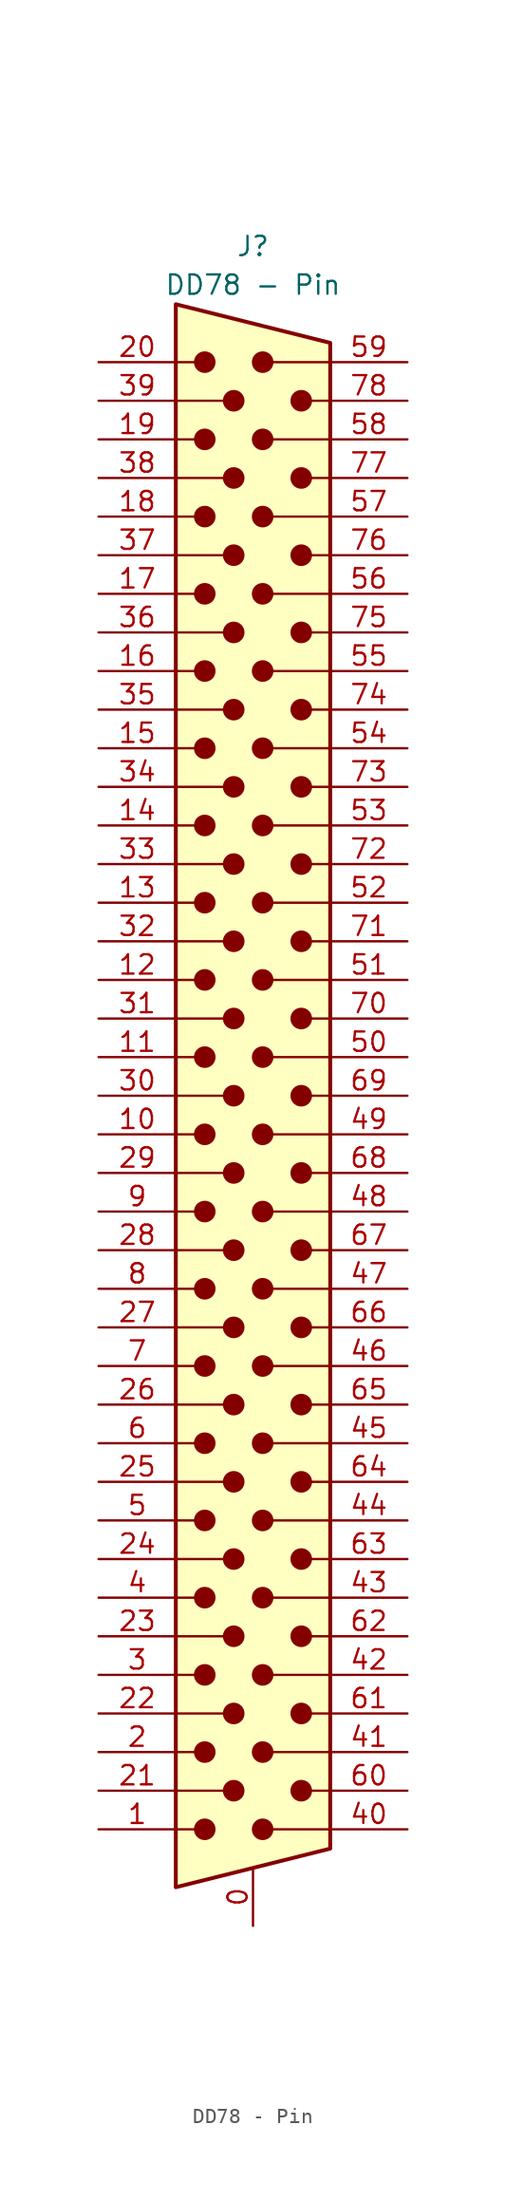
<source format=kicad_sym>
(kicad_symbol_lib
  (version 20211014)
  (generator kicad_symbol_editor)
  (symbol "DD78 - Pin"
    (pin_names
      (offset 1.016) hide)
    (property "Reference" "J"
      (at 0 55.88 0)
      (effects (font (size 1.27 1.27))))
    (property "Value" "DD78 - Pin"
      (at 0 53.34 0)
      (effects (font (size 1.27 1.27))))
    (symbol "DD78 - Pin_0_1"
      (circle (center -3.175 -48.26) (radius 0.635) (stroke (width 0) (type default) (color 0 0 0 0)) (fill (type outline)))
      (circle (center -3.175 -43.18) (radius 0.635) (stroke (width 0) (type default) (color 0 0 0 0)) (fill (type outline)))
      (circle (center -3.175 -38.1) (radius 0.635) (stroke (width 0) (type default) (color 0 0 0 0)) (fill (type outline)))
      (circle (center -3.175 -33.02) (radius 0.635) (stroke (width 0) (type default) (color 0 0 0 0)) (fill (type outline)))
      (circle (center -3.175 -27.94) (radius 0.635) (stroke (width 0) (type default) (color 0 0 0 0)) (fill (type outline)))
      (circle (center -3.175 -22.86) (radius 0.635) (stroke (width 0) (type default) (color 0 0 0 0)) (fill (type outline)))
      (circle (center -3.175 -17.78) (radius 0.635) (stroke (width 0) (type default) (color 0 0 0 0)) (fill (type outline)))
      (circle (center -3.175 -12.7) (radius 0.635) (stroke (width 0) (type default) (color 0 0 0 0)) (fill (type outline)))
      (circle (center -3.175 -7.62) (radius 0.635) (stroke (width 0) (type default) (color 0 0 0 0)) (fill (type outline)))
      (circle (center -3.175 -2.54) (radius 0.635) (stroke (width 0) (type default) (color 0 0 0 0)) (fill (type outline)))
      (circle (center -3.175 2.54) (radius 0.635) (stroke (width 0) (type default) (color 0 0 0 0)) (fill (type outline)))
      (circle (center -3.175 7.62) (radius 0.635) (stroke (width 0) (type default) (color 0 0 0 0)) (fill (type outline)))
      (circle (center -3.175 12.7) (radius 0.635) (stroke (width 0) (type default) (color 0 0 0 0)) (fill (type outline)))
      (circle (center -3.175 17.78) (radius 0.635) (stroke (width 0) (type default) (color 0 0 0 0)) (fill (type outline)))
      (circle (center -3.175 22.86) (radius 0.635) (stroke (width 0) (type default) (color 0 0 0 0)) (fill (type outline)))
      (circle (center -3.175 27.94) (radius 0.635) (stroke (width 0) (type default) (color 0 0 0 0)) (fill (type outline)))
      (circle (center -3.175 33.02) (radius 0.635) (stroke (width 0) (type default) (color 0 0 0 0)) (fill (type outline)))
      (circle (center -3.175 38.1) (radius 0.635) (stroke (width 0) (type default) (color 0 0 0 0)) (fill (type outline)))
      (circle (center -3.175 43.18) (radius 0.635) (stroke (width 0) (type default) (color 0 0 0 0)) (fill (type outline)))
      (circle (center -3.175 48.26) (radius 0.635) (stroke (width 0) (type default) (color 0 0 0 0)) (fill (type outline)))
      (circle (center -1.27 -45.72) (radius 0.635) (stroke (width 0) (type default) (color 0 0 0 0)) (fill (type outline)))
      (circle (center -1.27 -40.64) (radius 0.635) (stroke (width 0) (type default) (color 0 0 0 0)) (fill (type outline)))
      (circle (center -1.27 -35.56) (radius 0.635) (stroke (width 0) (type default) (color 0 0 0 0)) (fill (type outline)))
      (circle (center -1.27 -30.48) (radius 0.635) (stroke (width 0) (type default) (color 0 0 0 0)) (fill (type outline)))
      (circle (center -1.27 -25.4) (radius 0.635) (stroke (width 0) (type default) (color 0 0 0 0)) (fill (type outline)))
      (circle (center -1.27 -20.32) (radius 0.635) (stroke (width 0) (type default) (color 0 0 0 0)) (fill (type outline)))
      (circle (center -1.27 -15.24) (radius 0.635) (stroke (width 0) (type default) (color 0 0 0 0)) (fill (type outline)))
      (circle (center -1.27 -10.16) (radius 0.635) (stroke (width 0) (type default) (color 0 0 0 0)) (fill (type outline)))
      (circle (center -1.27 -5.08) (radius 0.635) (stroke (width 0) (type default) (color 0 0 0 0)) (fill (type outline)))
      (circle (center -1.27 0) (radius 0.635) (stroke (width 0) (type default) (color 0 0 0 0)) (fill (type outline)))
      (circle (center -1.27 5.08) (radius 0.635) (stroke (width 0) (type default) (color 0 0 0 0)) (fill (type outline)))
      (circle (center -1.27 10.16) (radius 0.635) (stroke (width 0) (type default) (color 0 0 0 0)) (fill (type outline)))
      (circle (center -1.27 15.24) (radius 0.635) (stroke (width 0) (type default) (color 0 0 0 0)) (fill (type outline)))
      (circle (center -1.27 20.32) (radius 0.635) (stroke (width 0) (type default) (color 0 0 0 0)) (fill (type outline)))
      (circle (center -1.27 25.4) (radius 0.635) (stroke (width 0) (type default) (color 0 0 0 0)) (fill (type outline)))
      (circle (center -1.27 30.48) (radius 0.635) (stroke (width 0) (type default) (color 0 0 0 0)) (fill (type outline)))
      (circle (center -1.27 35.56) (radius 0.635) (stroke (width 0) (type default) (color 0 0 0 0)) (fill (type outline)))
      (circle (center -1.27 40.64) (radius 0.635) (stroke (width 0) (type default) (color 0 0 0 0)) (fill (type outline)))
      (circle (center -1.27 45.72) (radius 0.635) (stroke (width 0) (type default) (color 0 0 0 0)) (fill (type outline)))
      (polyline (pts (xy -3.81 -48.26) (xy -5.08 -48.26)) (stroke (width 0) (type default) (color 0 0 0 0)) (fill (type none)))
      (polyline (pts (xy -3.81 -43.18) (xy -5.08 -43.18)) (stroke (width 0) (type default) (color 0 0 0 0)) (fill (type none)))
      (polyline (pts (xy -3.81 -38.1) (xy -5.08 -38.1)) (stroke (width 0) (type default) (color 0 0 0 0)) (fill (type none)))
      (polyline (pts (xy -3.81 -33.02) (xy -5.08 -33.02)) (stroke (width 0) (type default) (color 0 0 0 0)) (fill (type none)))
      (polyline (pts (xy -3.81 -27.94) (xy -5.08 -27.94)) (stroke (width 0) (type default) (color 0 0 0 0)) (fill (type none)))
      (polyline (pts (xy -3.81 -22.86) (xy -5.08 -22.86)) (stroke (width 0) (type default) (color 0 0 0 0)) (fill (type none)))
      (polyline (pts (xy -3.81 -17.78) (xy -5.08 -17.78)) (stroke (width 0) (type default) (color 0 0 0 0)) (fill (type none)))
      (polyline (pts (xy -3.81 -12.7) (xy -5.08 -12.7)) (stroke (width 0) (type default) (color 0 0 0 0)) (fill (type none)))
      (polyline (pts (xy -3.81 -7.62) (xy -5.08 -7.62)) (stroke (width 0) (type default) (color 0 0 0 0)) (fill (type none)))
      (polyline (pts (xy -3.81 -2.54) (xy -5.08 -2.54)) (stroke (width 0) (type default) (color 0 0 0 0)) (fill (type none)))
      (polyline (pts (xy -3.81 2.54) (xy -5.08 2.54)) (stroke (width 0) (type default) (color 0 0 0 0)) (fill (type none)))
      (polyline (pts (xy -3.81 7.62) (xy -5.08 7.62)) (stroke (width 0) (type default) (color 0 0 0 0)) (fill (type none)))
      (polyline (pts (xy -3.81 12.7) (xy -5.08 12.7)) (stroke (width 0) (type default) (color 0 0 0 0)) (fill (type none)))
      (polyline (pts (xy -3.81 17.78) (xy -5.08 17.78)) (stroke (width 0) (type default) (color 0 0 0 0)) (fill (type none)))
      (polyline (pts (xy -3.81 22.86) (xy -5.08 22.86)) (stroke (width 0) (type default) (color 0 0 0 0)) (fill (type none)))
      (polyline (pts (xy -3.81 27.94) (xy -5.08 27.94)) (stroke (width 0) (type default) (color 0 0 0 0)) (fill (type none)))
      (polyline (pts (xy -3.81 33.02) (xy -5.08 33.02)) (stroke (width 0) (type default) (color 0 0 0 0)) (fill (type none)))
      (polyline (pts (xy -3.81 38.1) (xy -5.08 38.1)) (stroke (width 0) (type default) (color 0 0 0 0)) (fill (type none)))
      (polyline (pts (xy -3.81 43.18) (xy -5.08 43.18)) (stroke (width 0) (type default) (color 0 0 0 0)) (fill (type none)))
      (polyline (pts (xy -3.81 48.26) (xy -5.08 48.26)) (stroke (width 0) (type default) (color 0 0 0 0)) (fill (type none)))
      (polyline (pts (xy -1.27 -45.72) (xy -5.08 -45.72)) (stroke (width 0) (type default) (color 0 0 0 0)) (fill (type none)))
      (polyline (pts (xy -1.27 -40.64) (xy -5.08 -40.64)) (stroke (width 0) (type default) (color 0 0 0 0)) (fill (type none)))
      (polyline (pts (xy -1.27 -35.56) (xy -5.08 -35.56)) (stroke (width 0) (type default) (color 0 0 0 0)) (fill (type none)))
      (polyline (pts (xy -1.27 -30.48) (xy -5.08 -30.48)) (stroke (width 0) (type default) (color 0 0 0 0)) (fill (type none)))
      (polyline (pts (xy -1.27 -25.4) (xy -5.08 -25.4)) (stroke (width 0) (type default) (color 0 0 0 0)) (fill (type none)))
      (polyline (pts (xy -1.27 -20.32) (xy -5.08 -20.32)) (stroke (width 0) (type default) (color 0 0 0 0)) (fill (type none)))
      (polyline (pts (xy -1.27 -15.24) (xy -5.08 -15.24)) (stroke (width 0) (type default) (color 0 0 0 0)) (fill (type none)))
      (polyline (pts (xy -1.27 -10.16) (xy -5.08 -10.16)) (stroke (width 0) (type default) (color 0 0 0 0)) (fill (type none)))
      (polyline (pts (xy -1.27 -5.08) (xy -5.08 -5.08)) (stroke (width 0) (type default) (color 0 0 0 0)) (fill (type none)))
      (polyline (pts (xy -1.27 0) (xy -5.08 0)) (stroke (width 0) (type default) (color 0 0 0 0)) (fill (type none)))
      (polyline (pts (xy -1.27 5.08) (xy -5.08 5.08)) (stroke (width 0) (type default) (color 0 0 0 0)) (fill (type none)))
      (polyline (pts (xy -1.27 10.16) (xy -5.08 10.16)) (stroke (width 0) (type default) (color 0 0 0 0)) (fill (type none)))
      (polyline (pts (xy -1.27 15.24) (xy -5.08 15.24)) (stroke (width 0) (type default) (color 0 0 0 0)) (fill (type none)))
      (polyline (pts (xy -1.27 20.32) (xy -5.08 20.32)) (stroke (width 0) (type default) (color 0 0 0 0)) (fill (type none)))
      (polyline (pts (xy -1.27 25.4) (xy -5.08 25.4)) (stroke (width 0) (type default) (color 0 0 0 0)) (fill (type none)))
      (polyline (pts (xy -1.27 30.48) (xy -5.08 30.48)) (stroke (width 0) (type default) (color 0 0 0 0)) (fill (type none)))
      (polyline (pts (xy -1.27 35.56) (xy -5.08 35.56)) (stroke (width 0) (type default) (color 0 0 0 0)) (fill (type none)))
      (polyline (pts (xy -1.27 40.64) (xy -5.08 40.64)) (stroke (width 0) (type default) (color 0 0 0 0)) (fill (type none)))
      (polyline (pts (xy -1.27 45.72) (xy -5.08 45.72)) (stroke (width 0) (type default) (color 0 0 0 0)) (fill (type none)))
      (polyline (pts (xy 5.08 -48.26) (xy 1.27 -48.26)) (stroke (width 0) (type default) (color 0 0 0 0)) (fill (type none)))
      (polyline (pts (xy 5.08 -45.72) (xy 3.81 -45.72)) (stroke (width 0) (type default) (color 0 0 0 0)) (fill (type none)))
      (polyline (pts (xy 5.08 -43.18) (xy 1.27 -43.18)) (stroke (width 0) (type default) (color 0 0 0 0)) (fill (type none)))
      (polyline (pts (xy 5.08 -40.64) (xy 3.81 -40.64)) (stroke (width 0) (type default) (color 0 0 0 0)) (fill (type none)))
      (polyline (pts (xy 5.08 -38.1) (xy 1.27 -38.1)) (stroke (width 0) (type default) (color 0 0 0 0)) (fill (type none)))
      (polyline (pts (xy 5.08 -35.56) (xy 3.81 -35.56)) (stroke (width 0) (type default) (color 0 0 0 0)) (fill (type none)))
      (polyline (pts (xy 5.08 -33.02) (xy 1.27 -33.02)) (stroke (width 0) (type default) (color 0 0 0 0)) (fill (type none)))
      (polyline (pts (xy 5.08 -30.48) (xy 3.81 -30.48)) (stroke (width 0) (type default) (color 0 0 0 0)) (fill (type none)))
      (polyline (pts (xy 5.08 -27.94) (xy 1.27 -27.94)) (stroke (width 0) (type default) (color 0 0 0 0)) (fill (type none)))
      (polyline (pts (xy 5.08 -25.4) (xy 3.81 -25.4)) (stroke (width 0) (type default) (color 0 0 0 0)) (fill (type none)))
      (polyline (pts (xy 5.08 -22.86) (xy 1.27 -22.86)) (stroke (width 0) (type default) (color 0 0 0 0)) (fill (type none)))
      (polyline (pts (xy 5.08 -20.32) (xy 3.81 -20.32)) (stroke (width 0) (type default) (color 0 0 0 0)) (fill (type none)))
      (polyline (pts (xy 5.08 -17.78) (xy 1.27 -17.78)) (stroke (width 0) (type default) (color 0 0 0 0)) (fill (type none)))
      (polyline (pts (xy 5.08 -15.24) (xy 3.81 -15.24)) (stroke (width 0) (type default) (color 0 0 0 0)) (fill (type none)))
      (polyline (pts (xy 5.08 -12.7) (xy 1.27 -12.7)) (stroke (width 0) (type default) (color 0 0 0 0)) (fill (type none)))
      (polyline (pts (xy 5.08 -10.16) (xy 3.81 -10.16)) (stroke (width 0) (type default) (color 0 0 0 0)) (fill (type none)))
      (polyline (pts (xy 5.08 -7.62) (xy 1.27 -7.62)) (stroke (width 0) (type default) (color 0 0 0 0)) (fill (type none)))
      (polyline (pts (xy 5.08 -5.08) (xy 3.81 -5.08)) (stroke (width 0) (type default) (color 0 0 0 0)) (fill (type none)))
      (polyline (pts (xy 5.08 -2.54) (xy 1.27 -2.54)) (stroke (width 0) (type default) (color 0 0 0 0)) (fill (type none)))
      (polyline (pts (xy 5.08 0) (xy 3.81 0)) (stroke (width 0) (type default) (color 0 0 0 0)) (fill (type none)))
      (polyline (pts (xy 5.08 2.54) (xy 1.27 2.54)) (stroke (width 0) (type default) (color 0 0 0 0)) (fill (type none)))
      (polyline (pts (xy 5.08 5.08) (xy 3.81 5.08)) (stroke (width 0) (type default) (color 0 0 0 0)) (fill (type none)))
      (polyline (pts (xy 5.08 7.62) (xy 1.27 7.62)) (stroke (width 0) (type default) (color 0 0 0 0)) (fill (type none)))
      (polyline (pts (xy 5.08 10.16) (xy 3.81 10.16)) (stroke (width 0) (type default) (color 0 0 0 0)) (fill (type none)))
      (polyline (pts (xy 5.08 12.7) (xy 1.27 12.7)) (stroke (width 0) (type default) (color 0 0 0 0)) (fill (type none)))
      (polyline (pts (xy 5.08 15.24) (xy 3.81 15.24)) (stroke (width 0) (type default) (color 0 0 0 0)) (fill (type none)))
      (polyline (pts (xy 5.08 17.78) (xy 1.27 17.78)) (stroke (width 0) (type default) (color 0 0 0 0)) (fill (type none)))
      (polyline (pts (xy 5.08 20.32) (xy 3.81 20.32)) (stroke (width 0) (type default) (color 0 0 0 0)) (fill (type none)))
      (polyline (pts (xy 5.08 22.86) (xy 1.27 22.86)) (stroke (width 0) (type default) (color 0 0 0 0)) (fill (type none)))
      (polyline (pts (xy 5.08 25.4) (xy 3.81 25.4)) (stroke (width 0) (type default) (color 0 0 0 0)) (fill (type none)))
      (polyline (pts (xy 5.08 27.94) (xy 1.27 27.94)) (stroke (width 0) (type default) (color 0 0 0 0)) (fill (type none)))
      (polyline (pts (xy 5.08 30.48) (xy 3.81 30.48)) (stroke (width 0) (type default) (color 0 0 0 0)) (fill (type none)))
      (polyline (pts (xy 5.08 33.02) (xy 1.27 33.02)) (stroke (width 0) (type default) (color 0 0 0 0)) (fill (type none)))
      (polyline (pts (xy 5.08 35.56) (xy 3.81 35.56)) (stroke (width 0) (type default) (color 0 0 0 0)) (fill (type none)))
      (polyline (pts (xy 5.08 38.1) (xy 1.27 38.1)) (stroke (width 0) (type default) (color 0 0 0 0)) (fill (type none)))
      (polyline (pts (xy 5.08 40.64) (xy 3.81 40.64)) (stroke (width 0) (type default) (color 0 0 0 0)) (fill (type none)))
      (polyline (pts (xy 5.08 43.18) (xy 1.27 43.18)) (stroke (width 0) (type default) (color 0 0 0 0)) (fill (type none)))
      (polyline (pts (xy 5.08 45.72) (xy 3.81 45.72)) (stroke (width 0) (type default) (color 0 0 0 0)) (fill (type none)))
      (polyline (pts (xy 5.08 48.26) (xy 1.27 48.26)) (stroke (width 0) (type default) (color 0 0 0 0)) (fill (type none)))
      (polyline (pts (xy -5.08 52.07) (xy -5.08 -52.07) (xy 5.08 -49.53) (xy 5.08 49.53) (xy -5.08 52.07)) (stroke (width 0.254) (type default) (color 0 0 0 0)) (fill (type background)))
      (circle (center 0.635 -48.26) (radius 0.635) (stroke (width 0) (type default) (color 0 0 0 0)) (fill (type outline)))
      (circle (center 0.635 -43.18) (radius 0.635) (stroke (width 0) (type default) (color 0 0 0 0)) (fill (type outline)))
      (circle (center 0.635 -38.1) (radius 0.635) (stroke (width 0) (type default) (color 0 0 0 0)) (fill (type outline)))
      (circle (center 0.635 -33.02) (radius 0.635) (stroke (width 0) (type default) (color 0 0 0 0)) (fill (type outline)))
      (circle (center 0.635 -27.94) (radius 0.635) (stroke (width 0) (type default) (color 0 0 0 0)) (fill (type outline)))
      (circle (center 0.635 -22.86) (radius 0.635) (stroke (width 0) (type default) (color 0 0 0 0)) (fill (type outline)))
      (circle (center 0.635 -17.78) (radius 0.635) (stroke (width 0) (type default) (color 0 0 0 0)) (fill (type outline)))
      (circle (center 0.635 -12.7) (radius 0.635) (stroke (width 0) (type default) (color 0 0 0 0)) (fill (type outline)))
      (circle (center 0.635 -7.62) (radius 0.635) (stroke (width 0) (type default) (color 0 0 0 0)) (fill (type outline)))
      (circle (center 0.635 -2.54) (radius 0.635) (stroke (width 0) (type default) (color 0 0 0 0)) (fill (type outline)))
      (circle (center 0.635 2.54) (radius 0.635) (stroke (width 0) (type default) (color 0 0 0 0)) (fill (type outline)))
      (circle (center 0.635 7.62) (radius 0.635) (stroke (width 0) (type default) (color 0 0 0 0)) (fill (type outline)))
      (circle (center 0.635 12.7) (radius 0.635) (stroke (width 0) (type default) (color 0 0 0 0)) (fill (type outline)))
      (circle (center 0.635 17.78) (radius 0.635) (stroke (width 0) (type default) (color 0 0 0 0)) (fill (type outline)))
      (circle (center 0.635 22.86) (radius 0.635) (stroke (width 0) (type default) (color 0 0 0 0)) (fill (type outline)))
      (circle (center 0.635 27.94) (radius 0.635) (stroke (width 0) (type default) (color 0 0 0 0)) (fill (type outline)))
      (circle (center 0.635 33.02) (radius 0.635) (stroke (width 0) (type default) (color 0 0 0 0)) (fill (type outline)))
      (circle (center 0.635 38.1) (radius 0.635) (stroke (width 0) (type default) (color 0 0 0 0)) (fill (type outline)))
      (circle (center 0.635 43.18) (radius 0.635) (stroke (width 0) (type default) (color 0 0 0 0)) (fill (type outline)))
      (circle (center 0.635 48.26) (radius 0.635) (stroke (width 0) (type default) (color 0 0 0 0)) (fill (type outline)))
      (circle (center 3.175 -45.72) (radius 0.635) (stroke (width 0) (type default) (color 0 0 0 0)) (fill (type outline)))
      (circle (center 3.175 -40.64) (radius 0.635) (stroke (width 0) (type default) (color 0 0 0 0)) (fill (type outline)))
      (circle (center 3.175 -35.56) (radius 0.635) (stroke (width 0) (type default) (color 0 0 0 0)) (fill (type outline)))
      (circle (center 3.175 -30.48) (radius 0.635) (stroke (width 0) (type default) (color 0 0 0 0)) (fill (type outline)))
      (circle (center 3.175 -25.4) (radius 0.635) (stroke (width 0) (type default) (color 0 0 0 0)) (fill (type outline)))
      (circle (center 3.175 -20.32) (radius 0.635) (stroke (width 0) (type default) (color 0 0 0 0)) (fill (type outline)))
      (circle (center 3.175 -15.24) (radius 0.635) (stroke (width 0) (type default) (color 0 0 0 0)) (fill (type outline)))
      (circle (center 3.175 -10.16) (radius 0.635) (stroke (width 0) (type default) (color 0 0 0 0)) (fill (type outline)))
      (circle (center 3.175 -5.08) (radius 0.635) (stroke (width 0) (type default) (color 0 0 0 0)) (fill (type outline)))
      (circle (center 3.175 0) (radius 0.635) (stroke (width 0) (type default) (color 0 0 0 0)) (fill (type outline)))
      (circle (center 3.175 5.08) (radius 0.635) (stroke (width 0) (type default) (color 0 0 0 0)) (fill (type outline)))
      (circle (center 3.175 10.16) (radius 0.635) (stroke (width 0) (type default) (color 0 0 0 0)) (fill (type outline)))
      (circle (center 3.175 15.24) (radius 0.635) (stroke (width 0) (type default) (color 0 0 0 0)) (fill (type outline)))
      (circle (center 3.175 20.32) (radius 0.635) (stroke (width 0) (type default) (color 0 0 0 0)) (fill (type outline)))
      (circle (center 3.175 25.4) (radius 0.635) (stroke (width 0) (type default) (color 0 0 0 0)) (fill (type outline)))
      (circle (center 3.175 30.48) (radius 0.635) (stroke (width 0) (type default) (color 0 0 0 0)) (fill (type outline)))
      (circle (center 3.175 35.56) (radius 0.635) (stroke (width 0) (type default) (color 0 0 0 0)) (fill (type outline)))
      (circle (center 3.175 40.64) (radius 0.635) (stroke (width 0) (type default) (color 0 0 0 0)) (fill (type outline)))
      (circle (center 3.175 45.72) (radius 0.635) (stroke (width 0) (type default) (color 0 0 0 0)) (fill (type outline))))
    (symbol "DD78 - Pin_1_1"
      (pin passive line (at 0 -54.61 90) (length 3.81) (name "0" (effects (font (size 1.27 1.27)))) (number "0" (effects (font (size 1.27 1.27)))))
      (pin passive line (at -10.16 -48.26 0) (length 5.08) (name "1" (effects (font (size 1.27 1.27)))) (number "1" (effects (font (size 1.27 1.27)))))
      (pin passive line (at -10.16 -2.54 0) (length 5.08) (name "10" (effects (font (size 1.27 1.27)))) (number "10" (effects (font (size 1.27 1.27)))))
      (pin passive line (at -10.16 2.54 0) (length 5.08) (name "11" (effects (font (size 1.27 1.27)))) (number "11" (effects (font (size 1.27 1.27)))))
      (pin passive line (at -10.16 7.62 0) (length 5.08) (name "12" (effects (font (size 1.27 1.27)))) (number "12" (effects (font (size 1.27 1.27)))))
      (pin passive line (at -10.16 12.7 0) (length 5.08) (name "13" (effects (font (size 1.27 1.27)))) (number "13" (effects (font (size 1.27 1.27)))))
      (pin passive line (at -10.16 17.78 0) (length 5.08) (name "14" (effects (font (size 1.27 1.27)))) (number "14" (effects (font (size 1.27 1.27)))))
      (pin passive line (at -10.16 22.86 0) (length 5.08) (name "15" (effects (font (size 1.27 1.27)))) (number "15" (effects (font (size 1.27 1.27)))))
      (pin passive line (at -10.16 27.94 0) (length 5.08) (name "16" (effects (font (size 1.27 1.27)))) (number "16" (effects (font (size 1.27 1.27)))))
      (pin passive line (at -10.16 33.02 0) (length 5.08) (name "17" (effects (font (size 1.27 1.27)))) (number "17" (effects (font (size 1.27 1.27)))))
      (pin passive line (at -10.16 38.1 0) (length 5.08) (name "18" (effects (font (size 1.27 1.27)))) (number "18" (effects (font (size 1.27 1.27)))))
      (pin passive line (at -10.16 43.18 0) (length 5.08) (name "19" (effects (font (size 1.27 1.27)))) (number "19" (effects (font (size 1.27 1.27)))))
      (pin passive line (at -10.16 -43.18 0) (length 5.08) (name "2" (effects (font (size 1.27 1.27)))) (number "2" (effects (font (size 1.27 1.27)))))
      (pin passive line (at -10.16 48.26 0) (length 5.08) (name "20" (effects (font (size 1.27 1.27)))) (number "20" (effects (font (size 1.27 1.27)))))
      (pin passive line (at -10.16 -45.72 0) (length 5.08) (name "21" (effects (font (size 1.27 1.27)))) (number "21" (effects (font (size 1.27 1.27)))))
      (pin passive line (at -10.16 -40.64 0) (length 5.08) (name "22" (effects (font (size 1.27 1.27)))) (number "22" (effects (font (size 1.27 1.27)))))
      (pin passive line (at -10.16 -35.56 0) (length 5.08) (name "23" (effects (font (size 1.27 1.27)))) (number "23" (effects (font (size 1.27 1.27)))))
      (pin passive line (at -10.16 -30.48 0) (length 5.08) (name "24" (effects (font (size 1.27 1.27)))) (number "24" (effects (font (size 1.27 1.27)))))
      (pin passive line (at -10.16 -25.4 0) (length 5.08) (name "25" (effects (font (size 1.27 1.27)))) (number "25" (effects (font (size 1.27 1.27)))))
      (pin passive line (at -10.16 -20.32 0) (length 5.08) (name "26" (effects (font (size 1.27 1.27)))) (number "26" (effects (font (size 1.27 1.27)))))
      (pin passive line (at -10.16 -15.24 0) (length 5.08) (name "27" (effects (font (size 1.27 1.27)))) (number "27" (effects (font (size 1.27 1.27)))))
      (pin passive line (at -10.16 -10.16 0) (length 5.08) (name "28" (effects (font (size 1.27 1.27)))) (number "28" (effects (font (size 1.27 1.27)))))
      (pin passive line (at -10.16 -5.08 0) (length 5.08) (name "29" (effects (font (size 1.27 1.27)))) (number "29" (effects (font (size 1.27 1.27)))))
      (pin passive line (at -10.16 -38.1 0) (length 5.08) (name "3" (effects (font (size 1.27 1.27)))) (number "3" (effects (font (size 1.27 1.27)))))
      (pin passive line (at -10.16 0 0) (length 5.08) (name "30" (effects (font (size 1.27 1.27)))) (number "30" (effects (font (size 1.27 1.27)))))
      (pin passive line (at -10.16 5.08 0) (length 5.08) (name "31" (effects (font (size 1.27 1.27)))) (number "31" (effects (font (size 1.27 1.27)))))
      (pin passive line (at -10.16 10.16 0) (length 5.08) (name "32" (effects (font (size 1.27 1.27)))) (number "32" (effects (font (size 1.27 1.27)))))
      (pin passive line (at -10.16 15.24 0) (length 5.08) (name "33" (effects (font (size 1.27 1.27)))) (number "33" (effects (font (size 1.27 1.27)))))
      (pin passive line (at -10.16 20.32 0) (length 5.08) (name "34" (effects (font (size 1.27 1.27)))) (number "34" (effects (font (size 1.27 1.27)))))
      (pin passive line (at -10.16 25.4 0) (length 5.08) (name "35" (effects (font (size 1.27 1.27)))) (number "35" (effects (font (size 1.27 1.27)))))
      (pin passive line (at -10.16 30.48 0) (length 5.08) (name "36" (effects (font (size 1.27 1.27)))) (number "36" (effects (font (size 1.27 1.27)))))
      (pin passive line (at -10.16 35.56 0) (length 5.08) (name "37" (effects (font (size 1.27 1.27)))) (number "37" (effects (font (size 1.27 1.27)))))
      (pin passive line (at -10.16 40.64 0) (length 5.08) (name "38" (effects (font (size 1.27 1.27)))) (number "38" (effects (font (size 1.27 1.27)))))
      (pin passive line (at -10.16 45.72 0) (length 5.08) (name "39" (effects (font (size 1.27 1.27)))) (number "39" (effects (font (size 1.27 1.27)))))
      (pin passive line (at -10.16 -33.02 0) (length 5.08) (name "4" (effects (font (size 1.27 1.27)))) (number "4" (effects (font (size 1.27 1.27)))))
      (pin passive line (at 10.16 -48.26 180) (length 5.08) (name "40" (effects (font (size 1.27 1.27)))) (number "40" (effects (font (size 1.27 1.27)))))
      (pin passive line (at 10.16 -43.18 180) (length 5.08) (name "41" (effects (font (size 1.27 1.27)))) (number "41" (effects (font (size 1.27 1.27)))))
      (pin passive line (at 10.16 -38.1 180) (length 5.08) (name "42" (effects (font (size 1.27 1.27)))) (number "42" (effects (font (size 1.27 1.27)))))
      (pin passive line (at 10.16 -33.02 180) (length 5.08) (name "43" (effects (font (size 1.27 1.27)))) (number "43" (effects (font (size 1.27 1.27)))))
      (pin passive line (at 10.16 -27.94 180) (length 5.08) (name "44" (effects (font (size 1.27 1.27)))) (number "44" (effects (font (size 1.27 1.27)))))
      (pin passive line (at 10.16 -22.86 180) (length 5.08) (name "45" (effects (font (size 1.27 1.27)))) (number "45" (effects (font (size 1.27 1.27)))))
      (pin passive line (at 10.16 -17.78 180) (length 5.08) (name "46" (effects (font (size 1.27 1.27)))) (number "46" (effects (font (size 1.27 1.27)))))
      (pin passive line (at 10.16 -12.7 180) (length 5.08) (name "47" (effects (font (size 1.27 1.27)))) (number "47" (effects (font (size 1.27 1.27)))))
      (pin passive line (at 10.16 -7.62 180) (length 5.08) (name "48" (effects (font (size 1.27 1.27)))) (number "48" (effects (font (size 1.27 1.27)))))
      (pin passive line (at 10.16 -2.54 180) (length 5.08) (name "49" (effects (font (size 1.27 1.27)))) (number "49" (effects (font (size 1.27 1.27)))))
      (pin passive line (at -10.16 -27.94 0) (length 5.08) (name "5" (effects (font (size 1.27 1.27)))) (number "5" (effects (font (size 1.27 1.27)))))
      (pin passive line (at 10.16 2.54 180) (length 5.08) (name "50" (effects (font (size 1.27 1.27)))) (number "50" (effects (font (size 1.27 1.27)))))
      (pin passive line (at 10.16 7.62 180) (length 5.08) (name "51" (effects (font (size 1.27 1.27)))) (number "51" (effects (font (size 1.27 1.27)))))
      (pin passive line (at 10.16 12.7 180) (length 5.08) (name "52" (effects (font (size 1.27 1.27)))) (number "52" (effects (font (size 1.27 1.27)))))
      (pin passive line (at 10.16 17.78 180) (length 5.08) (name "53" (effects (font (size 1.27 1.27)))) (number "53" (effects (font (size 1.27 1.27)))))
      (pin passive line (at 10.16 22.86 180) (length 5.08) (name "54" (effects (font (size 1.27 1.27)))) (number "54" (effects (font (size 1.27 1.27)))))
      (pin passive line (at 10.16 27.94 180) (length 5.08) (name "55" (effects (font (size 1.27 1.27)))) (number "55" (effects (font (size 1.27 1.27)))))
      (pin passive line (at 10.16 33.02 180) (length 5.08) (name "56" (effects (font (size 1.27 1.27)))) (number "56" (effects (font (size 1.27 1.27)))))
      (pin passive line (at 10.16 38.1 180) (length 5.08) (name "57" (effects (font (size 1.27 1.27)))) (number "57" (effects (font (size 1.27 1.27)))))
      (pin passive line (at 10.16 43.18 180) (length 5.08) (name "58" (effects (font (size 1.27 1.27)))) (number "58" (effects (font (size 1.27 1.27)))))
      (pin passive line (at 10.16 48.26 180) (length 5.08) (name "59" (effects (font (size 1.27 1.27)))) (number "59" (effects (font (size 1.27 1.27)))))
      (pin passive line (at -10.16 -22.86 0) (length 5.08) (name "6" (effects (font (size 1.27 1.27)))) (number "6" (effects (font (size 1.27 1.27)))))
      (pin passive line (at 10.16 -45.72 180) (length 5.08) (name "60" (effects (font (size 1.27 1.27)))) (number "60" (effects (font (size 1.27 1.27)))))
      (pin passive line (at 10.16 -40.64 180) (length 5.08) (name "61" (effects (font (size 1.27 1.27)))) (number "61" (effects (font (size 1.27 1.27)))))
      (pin passive line (at 10.16 -35.56 180) (length 5.08) (name "62" (effects (font (size 1.27 1.27)))) (number "62" (effects (font (size 1.27 1.27)))))
      (pin passive line (at 10.16 -30.48 180) (length 5.08) (name "63" (effects (font (size 1.27 1.27)))) (number "63" (effects (font (size 1.27 1.27)))))
      (pin passive line (at 10.16 -25.4 180) (length 5.08) (name "64" (effects (font (size 1.27 1.27)))) (number "64" (effects (font (size 1.27 1.27)))))
      (pin passive line (at 10.16 -20.32 180) (length 5.08) (name "65" (effects (font (size 1.27 1.27)))) (number "65" (effects (font (size 1.27 1.27)))))
      (pin passive line (at 10.16 -15.24 180) (length 5.08) (name "66" (effects (font (size 1.27 1.27)))) (number "66" (effects (font (size 1.27 1.27)))))
      (pin passive line (at 10.16 -10.16 180) (length 5.08) (name "67" (effects (font (size 1.27 1.27)))) (number "67" (effects (font (size 1.27 1.27)))))
      (pin passive line (at 10.16 -5.08 180) (length 5.08) (name "68" (effects (font (size 1.27 1.27)))) (number "68" (effects (font (size 1.27 1.27)))))
      (pin passive line (at 10.16 0 180) (length 5.08) (name "69" (effects (font (size 1.27 1.27)))) (number "69" (effects (font (size 1.27 1.27)))))
      (pin passive line (at -10.16 -17.78 0) (length 5.08) (name "7" (effects (font (size 1.27 1.27)))) (number "7" (effects (font (size 1.27 1.27)))))
      (pin passive line (at 10.16 5.08 180) (length 5.08) (name "70" (effects (font (size 1.27 1.27)))) (number "70" (effects (font (size 1.27 1.27)))))
      (pin passive line (at 10.16 10.16 180) (length 5.08) (name "71" (effects (font (size 1.27 1.27)))) (number "71" (effects (font (size 1.27 1.27)))))
      (pin passive line (at 10.16 15.24 180) (length 5.08) (name "72" (effects (font (size 1.27 1.27)))) (number "72" (effects (font (size 1.27 1.27)))))
      (pin passive line (at 10.16 20.32 180) (length 5.08) (name "73" (effects (font (size 1.27 1.27)))) (number "73" (effects (font (size 1.27 1.27)))))
      (pin passive line (at 10.16 25.4 180) (length 5.08) (name "74" (effects (font (size 1.27 1.27)))) (number "74" (effects (font (size 1.27 1.27)))))
      (pin passive line (at 10.16 30.48 180) (length 5.08) (name "75" (effects (font (size 1.27 1.27)))) (number "75" (effects (font (size 1.27 1.27)))))
      (pin passive line (at 10.16 35.56 180) (length 5.08) (name "76" (effects (font (size 1.27 1.27)))) (number "76" (effects (font (size 1.27 1.27)))))
      (pin passive line (at 10.16 40.64 180) (length 5.08) (name "77" (effects (font (size 1.27 1.27)))) (number "77" (effects (font (size 1.27 1.27)))))
      (pin passive line (at 10.16 45.72 180) (length 5.08) (name "78" (effects (font (size 1.27 1.27)))) (number "78" (effects (font (size 1.27 1.27)))))
      (pin passive line (at -10.16 -12.7 0) (length 5.08) (name "8" (effects (font (size 1.27 1.27)))) (number "8" (effects (font (size 1.27 1.27)))))
      (pin passive line (at -10.16 -7.62 0) (length 5.08) (name "9" (effects (font (size 1.27 1.27)))) (number "9" (effects (font (size 1.27 1.27))))))))
</source>
